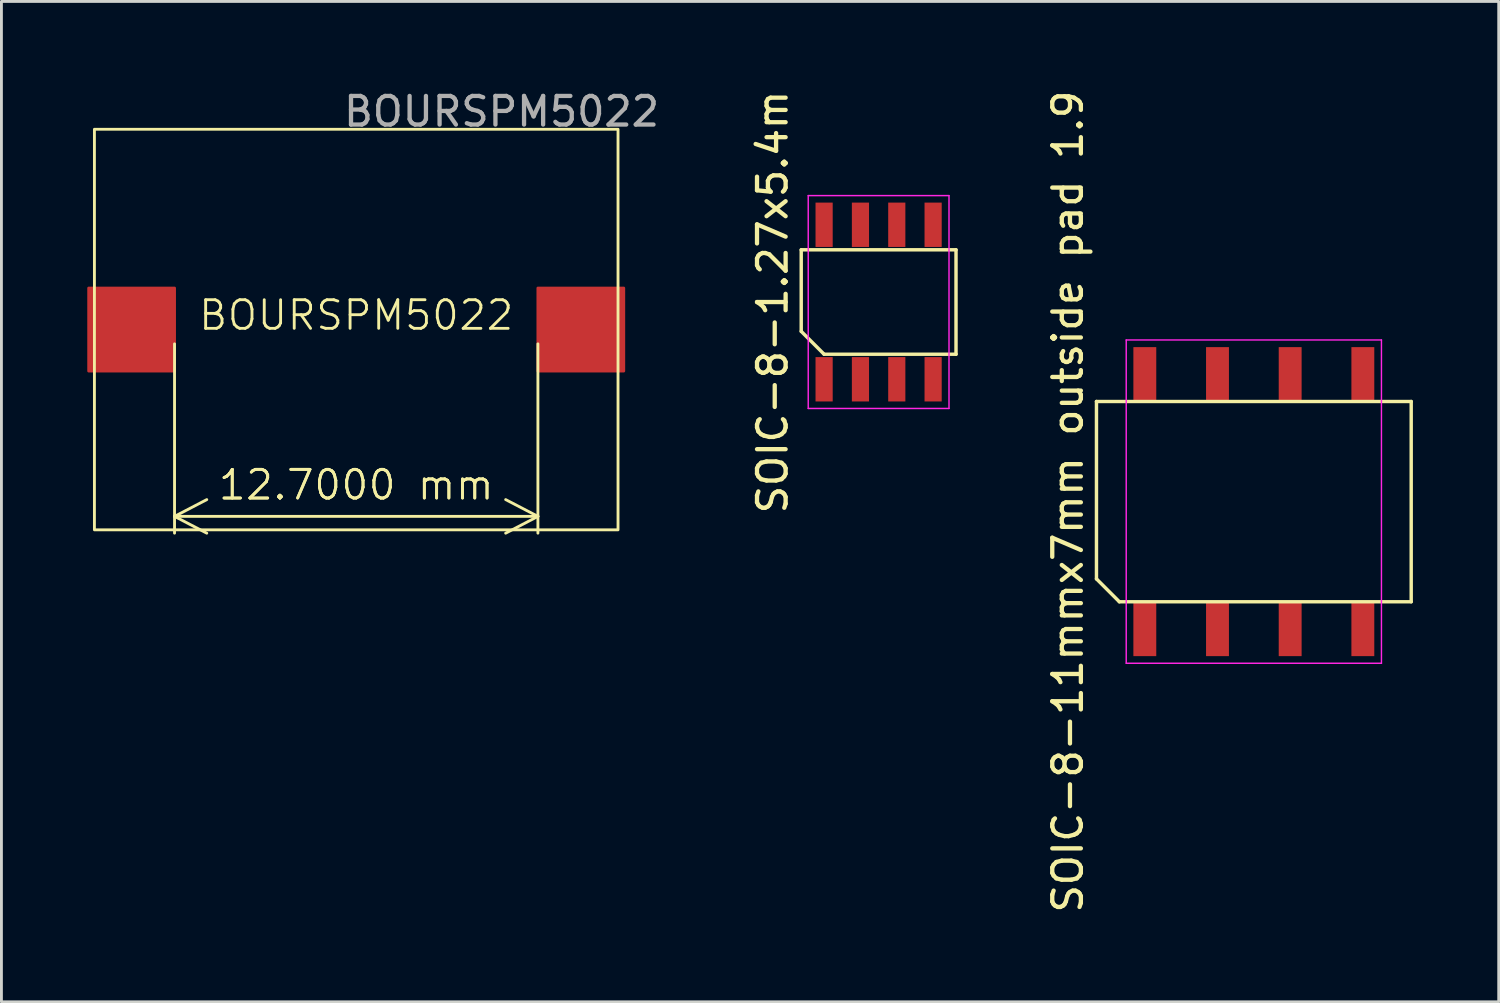
<source format=kicad_pcb>
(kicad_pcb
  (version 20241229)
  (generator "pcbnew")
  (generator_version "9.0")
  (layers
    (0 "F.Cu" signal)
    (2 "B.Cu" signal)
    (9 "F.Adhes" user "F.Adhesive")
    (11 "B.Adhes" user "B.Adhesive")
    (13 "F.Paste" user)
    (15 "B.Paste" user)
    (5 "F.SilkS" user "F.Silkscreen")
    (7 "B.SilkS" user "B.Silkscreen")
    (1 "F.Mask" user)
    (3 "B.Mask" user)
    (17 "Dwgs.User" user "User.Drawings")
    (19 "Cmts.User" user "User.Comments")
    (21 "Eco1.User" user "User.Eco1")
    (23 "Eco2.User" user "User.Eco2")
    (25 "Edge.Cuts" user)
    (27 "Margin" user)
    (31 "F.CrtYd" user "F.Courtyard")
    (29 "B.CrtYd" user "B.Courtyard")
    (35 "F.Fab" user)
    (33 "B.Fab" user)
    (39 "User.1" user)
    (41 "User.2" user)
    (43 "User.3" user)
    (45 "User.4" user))
  (footprint "SOIC-8-11mmx7mm outside pad 1.9"
    (layer "F.Cu")
    (at 40.772 14.482)
    (property "Reference" "SOIC-8-11mmx7mm outside pad 1.9" (at -6.5 0 90) (layer "F.SilkS") (effects (font (size 1 1) (thickness 0.15))))
    (attr smd)
    (fp_line (start -5.5 -3.5) (end 5.5 -3.5) (stroke (width 0.12) (type default)) (layer "F.SilkS"))
    (fp_line (start -5.5 2.7) (end -5.5 -3.5) (stroke (width 0.12) (type default)) (layer "F.SilkS"))
    (fp_line (start -4.7 3.5) (end -5.5 2.7) (stroke (width 0.12) (type default)) (layer "F.SilkS"))
    (fp_line (start 5.5 -3.5) (end 5.5 3.5) (stroke (width 0.12) (type default)) (layer "F.SilkS"))
    (fp_line (start 5.5 3.5) (end -4.7 3.5) (stroke (width 0.12) (type default)) (layer "F.SilkS"))
    (fp_line (start -4.46 -5.65) (end 4.46 -5.65) (stroke (width 0.05) (type default)) (layer "F.CrtYd"))
    (fp_line (start -4.46 5.65) (end -4.46 -5.65) (stroke (width 0.05) (type default)) (layer "F.CrtYd"))
    (fp_line (start 4.46 -5.65) (end 4.46 5.65) (stroke (width 0.05) (type default)) (layer "F.CrtYd"))
    (fp_line (start 4.46 5.65) (end -4.46 5.65) (stroke (width 0.05) (type default)) (layer "F.CrtYd"))
    (pad "1" smd rect (at -3.81 4.45) (size 0.8 1.9) (layers "F.Cu" "F.Mask" "F.Paste"))
    (pad "2" smd rect (at -1.27 4.45) (size 0.8 1.9) (layers "F.Cu" "F.Mask" "F.Paste"))
    (pad "3" smd rect (at 1.27 4.45) (size 0.8 1.9) (layers "F.Cu" "F.Mask" "F.Paste"))
    (pad "4" smd rect (at 3.81 4.45) (size 0.8 1.9) (layers "F.Cu" "F.Mask" "F.Paste"))
    (pad "5" smd rect (at 3.81 -4.45) (size 0.8 1.9) (layers "F.Cu" "F.Mask" "F.Paste"))
    (pad "6" smd rect (at 1.27 -4.45) (size 0.8 1.9) (layers "F.Cu" "F.Mask" "F.Paste"))
    (pad "7" smd rect (at -1.27 -4.45) (size 0.8 1.9) (layers "F.Cu" "F.Mask" "F.Paste"))
    (pad "8" smd rect (at -3.81 -4.45) (size 0.8 1.9) (layers "F.Cu" "F.Mask" "F.Paste")))
  (footprint "SOIC-8-1.27x5.4m"
    (layer "F.Cu")
    (at 27.658 7.506)
    (property "Reference" "SOIC-8-1.27x5.4m" (at -3.705 0 90) (layer "F.SilkS") (effects (font (size 1 1) (thickness 0.15))))
    (attr smd)
    (fp_line (start -2.705 -1.825) (end 2.705 -1.825) (stroke (width 0.12) (type default)) (layer "F.SilkS"))
    (fp_line (start -2.705 1.025) (end -2.705 -1.825) (stroke (width 0.12) (type default)) (layer "F.SilkS"))
    (fp_line (start -1.905 1.825) (end -2.705 1.025) (stroke (width 0.12) (type default)) (layer "F.SilkS"))
    (fp_line (start 2.705 -1.825) (end 2.705 1.825) (stroke (width 0.12) (type default)) (layer "F.SilkS"))
    (fp_line (start 2.705 1.825) (end -1.905 1.825) (stroke (width 0.12) (type default)) (layer "F.SilkS"))
    (fp_line (start -2.46 -3.72) (end 2.46 -3.72) (stroke (width 0.05) (type default)) (layer "F.CrtYd"))
    (fp_line (start -2.46 3.72) (end -2.46 -3.72) (stroke (width 0.05) (type default)) (layer "F.CrtYd"))
    (fp_line (start 2.46 -3.72) (end 2.46 3.72) (stroke (width 0.05) (type default)) (layer "F.CrtYd"))
    (fp_line (start 2.46 3.72) (end -2.46 3.72) (stroke (width 0.05) (type default)) (layer "F.CrtYd"))
    (pad "1" smd rect (at -1.905 2.7) (size 0.6 1.55) (layers "F.Cu" "F.Mask" "F.Paste"))
    (pad "2" smd rect (at -0.635 2.7) (size 0.6 1.55) (layers "F.Cu" "F.Mask" "F.Paste"))
    (pad "3" smd rect (at 0.635 2.7) (size 0.6 1.55) (layers "F.Cu" "F.Mask" "F.Paste"))
    (pad "4" smd rect (at 1.905 2.7) (size 0.6 1.55) (layers "F.Cu" "F.Mask" "F.Paste"))
    (pad "5" smd rect (at 1.905 -2.7) (size 0.6 1.55) (layers "F.Cu" "F.Mask" "F.Paste"))
    (pad "6" smd rect (at 0.635 -2.7) (size 0.6 1.55) (layers "F.Cu" "F.Mask" "F.Paste"))
    (pad "7" smd rect (at -0.635 -2.7) (size 0.6 1.55) (layers "F.Cu" "F.Mask" "F.Paste"))
    (pad "8" smd rect (at -1.905 -2.7) (size 0.6 1.55) (layers "F.Cu" "F.Mask" "F.Paste")))
  (footprint "BOURSPM5022"
    (layer "F.Cu")
    (at 9.4 8.468)
    (property "Reference" "BOURSPM5022" (at 0 -0.5 0) (unlocked yes) (layer "F.SilkS") (effects (font (size 1 1) (thickness 0.1))))
    (attr smd)
    (fp_rect (start -9.35 -1.45) (end -6.35 1.45) (stroke (width 0.1) (type solid)) (fill yes) (layer "F.Cu"))
    (fp_rect (start 6.35 -1.45) (end 9.35 1.45) (stroke (width 0.1) (type solid)) (fill yes) (layer "F.Cu"))
    (fp_rect (start -9.15 -7) (end 9.15 7) (stroke (width 0.1) (type default)) (fill no) (layer "F.SilkS"))
    (fp_text user "${REFERENCE}" (at 5.08 -7.62 0) (unlocked yes) (layer "F.Fab") (effects (font (size 1 1) (thickness 0.15))))
    (dimension (type aligned) (layer "F.SilkS") (pts (xy 3.05 8.468) (xy 15.75 8.468)) (height 6.53) (format (prefix "") (suffix "") (units 3) (units_format 1) (precision 4)) (style (thickness 0.1) (arrow_length 1.27) (text_position_mode 0) (arrow_direction outward) (extension_height 0.586) (extension_offset 0.5) (keep_text_aligned yes)) (gr_text "12.7000 mm" (at 9.4 13.898 0) (layer "F.SilkS") (effects (font (size 1 1) (thickness 0.1))))))
  (gr_rect
    (start -3 -3)
    (end 49.331 31.964)
    (stroke (width 0.1) (type default))
    (fill no)
    (layer "Edge.Cuts")))
</source>
